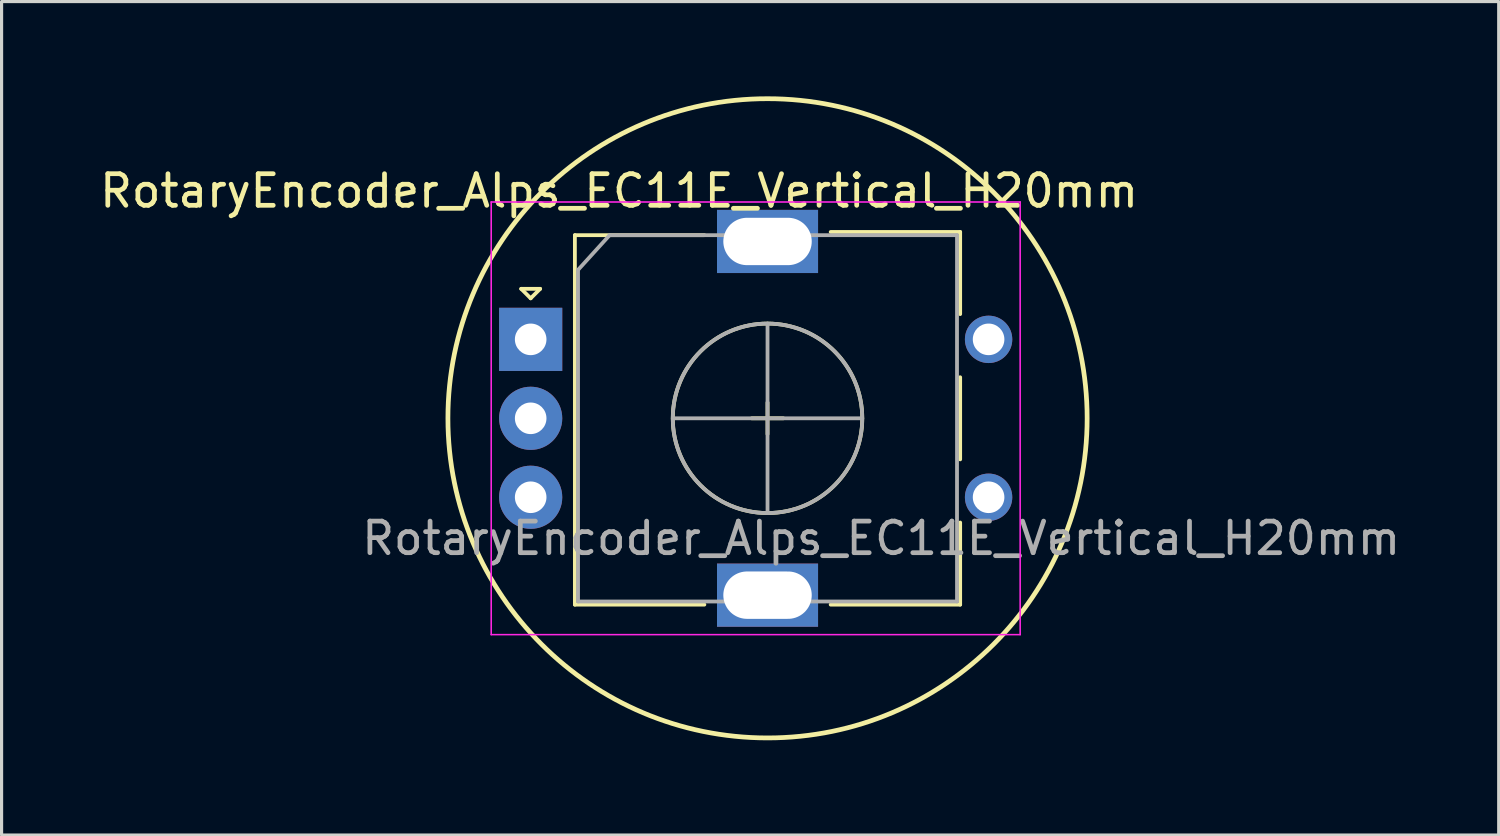
<source format=kicad_pcb>
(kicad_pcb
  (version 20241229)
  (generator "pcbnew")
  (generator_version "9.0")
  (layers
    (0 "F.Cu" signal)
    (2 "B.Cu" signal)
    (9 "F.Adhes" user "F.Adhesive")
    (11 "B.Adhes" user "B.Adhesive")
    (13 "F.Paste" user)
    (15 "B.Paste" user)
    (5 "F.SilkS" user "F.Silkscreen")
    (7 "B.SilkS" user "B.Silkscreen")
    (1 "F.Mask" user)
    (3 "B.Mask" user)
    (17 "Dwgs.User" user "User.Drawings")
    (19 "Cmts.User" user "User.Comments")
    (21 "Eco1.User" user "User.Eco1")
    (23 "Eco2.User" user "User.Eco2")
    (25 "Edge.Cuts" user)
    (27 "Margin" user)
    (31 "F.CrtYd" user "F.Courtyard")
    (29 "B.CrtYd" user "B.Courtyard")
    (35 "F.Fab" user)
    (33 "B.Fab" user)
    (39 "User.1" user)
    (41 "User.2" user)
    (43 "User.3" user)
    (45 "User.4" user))
  (footprint "RotaryEncoder_Alps_EC11E_Vertical_H20mm"
    (layer "F.Cu")
    (at 13.754 7.696)
    (property "Reference" "RotaryEncoder_Alps_EC11E_Vertical_H20mm" (at 2.8 -4.7 0) (layer "F.SilkS") (effects (font (size 1 1) (thickness 0.15))))
    (attr through_hole)
    (fp_line (start -0.3 -1.6) (end 0.3 -1.6) (stroke (width 0.12) (type solid)) (layer "F.SilkS"))
    (fp_line (start 0 -1.3) (end -0.3 -1.6) (stroke (width 0.12) (type solid)) (layer "F.SilkS"))
    (fp_line (start 0.3 -1.6) (end 0 -1.3) (stroke (width 0.12) (type solid)) (layer "F.SilkS"))
    (fp_line (start 1.4 -3.3) (end 1.4 8.4) (stroke (width 0.12) (type solid)) (layer "F.SilkS"))
    (fp_line (start 5.5 -3.3) (end 1.4 -3.3) (stroke (width 0.12) (type solid)) (layer "F.SilkS"))
    (fp_line (start 5.5 8.4) (end 1.4 8.4) (stroke (width 0.12) (type solid)) (layer "F.SilkS"))
    (fp_line (start 7 2.5) (end 8 2.5) (stroke (width 0.12) (type solid)) (layer "F.SilkS"))
    (fp_line (start 7.5 2) (end 7.5 3) (stroke (width 0.12) (type solid)) (layer "F.SilkS"))
    (fp_line (start 9.5 -3.4) (end 13.6 -3.4) (stroke (width 0.12) (type solid)) (layer "F.SilkS"))
    (fp_line (start 13.6 -3.4) (end 13.6 -0.8) (stroke (width 0.12) (type solid)) (layer "F.SilkS"))
    (fp_line (start 13.6 1.2) (end 13.6 3.8) (stroke (width 0.12) (type solid)) (layer "F.SilkS"))
    (fp_line (start 13.6 5.8) (end 13.6 8.4) (stroke (width 0.12) (type solid)) (layer "F.SilkS"))
    (fp_line (start 13.6 8.4) (end 9.5 8.4) (stroke (width 0.12) (type solid)) (layer "F.SilkS"))
    (fp_circle (center 7.5 2.5) (end 7.62 -7.62) (stroke (width 0.15) (type solid)) (fill no) (layer "F.SilkS"))
    (fp_circle (center 7.5 2.5) (end 10.5 2.5) (stroke (width 0.12) (type solid)) (fill no) (layer "F.SilkS"))
    (fp_line (start -1.25 -4.35) (end -1.25 9.35) (stroke (width 0.05) (type solid)) (layer "F.CrtYd"))
    (fp_line (start -1.25 -4.35) (end 15.5 -4.35) (stroke (width 0.05) (type solid)) (layer "F.CrtYd"))
    (fp_line (start 15.5 9.35) (end -1.25 9.35) (stroke (width 0.05) (type solid)) (layer "F.CrtYd"))
    (fp_line (start 15.5 9.35) (end 15.5 -4.35) (stroke (width 0.05) (type solid)) (layer "F.CrtYd"))
    (fp_line (start 1.5 -2.2) (end 2.5 -3.3) (stroke (width 0.12) (type solid)) (layer "F.Fab"))
    (fp_line (start 1.5 8.3) (end 1.5 -2.2) (stroke (width 0.12) (type solid)) (layer "F.Fab"))
    (fp_line (start 2.5 -3.3) (end 13.5 -3.3) (stroke (width 0.12) (type solid)) (layer "F.Fab"))
    (fp_line (start 4.5 2.5) (end 10.5 2.5) (stroke (width 0.12) (type solid)) (layer "F.Fab"))
    (fp_line (start 7.5 -0.5) (end 7.5 5.5) (stroke (width 0.12) (type solid)) (layer "F.Fab"))
    (fp_line (start 13.5 -3.3) (end 13.5 8.3) (stroke (width 0.12) (type solid)) (layer "F.Fab"))
    (fp_line (start 13.5 8.3) (end 1.5 8.3) (stroke (width 0.12) (type solid)) (layer "F.Fab"))
    (fp_circle (center 7.5 2.5) (end 10.5 2.5) (stroke (width 0.12) (type solid)) (fill no) (layer "F.Fab"))
    (fp_text user "${REFERENCE}" (at 11.1 6.3 0) (layer "F.Fab") (effects (font (size 1 1) (thickness 0.15))))
    (pad "1" thru_hole circle (at 14.5 0) (size 1.5 1.5) (drill 1) (layers "*.Cu" "*.Mask"))
    (pad "2" thru_hole circle (at 14.5 5) (size 1.5 1.5) (drill 1) (layers "*.Cu" "*.Mask"))
    (pad "A" thru_hole rect (at 0 0) (size 2 2) (drill 1) (layers "*.Cu" "*.Mask"))
    (pad "B" thru_hole circle (at 0 5) (size 2 2) (drill 1) (layers "*.Cu" "*.Mask"))
    (pad "C" thru_hole circle (at 0 2.5) (size 2 2) (drill 1) (layers "*.Cu" "*.Mask"))
    (pad "MP" thru_hole rect (at 7.5 -3.1) (size 3.2 2) (drill oval 2.8 1.5) (layers "*.Cu" "*.Mask"))
    (pad "MP" thru_hole rect (at 7.5 8.1) (size 3.2 2) (drill oval 2.8 1.5) (layers "*.Cu" "*.Mask")))
  (gr_rect
    (start -3 -3)
    (end 44.407 23.391)
    (stroke (width 0.1) (type default))
    (fill no)
    (layer "Edge.Cuts")))
</source>
